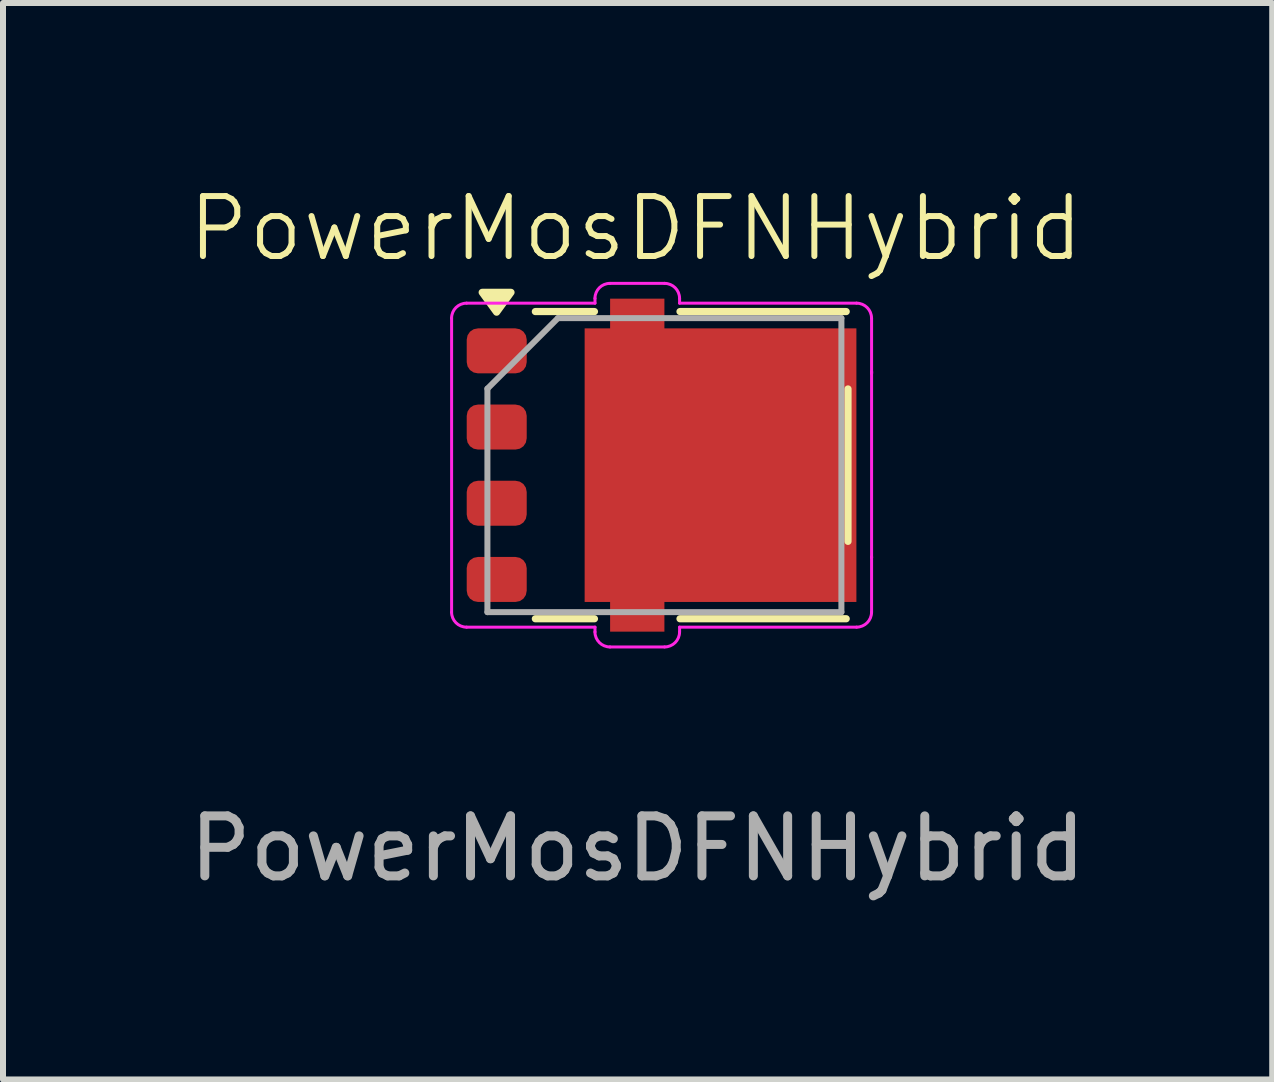
<source format=kicad_pcb>
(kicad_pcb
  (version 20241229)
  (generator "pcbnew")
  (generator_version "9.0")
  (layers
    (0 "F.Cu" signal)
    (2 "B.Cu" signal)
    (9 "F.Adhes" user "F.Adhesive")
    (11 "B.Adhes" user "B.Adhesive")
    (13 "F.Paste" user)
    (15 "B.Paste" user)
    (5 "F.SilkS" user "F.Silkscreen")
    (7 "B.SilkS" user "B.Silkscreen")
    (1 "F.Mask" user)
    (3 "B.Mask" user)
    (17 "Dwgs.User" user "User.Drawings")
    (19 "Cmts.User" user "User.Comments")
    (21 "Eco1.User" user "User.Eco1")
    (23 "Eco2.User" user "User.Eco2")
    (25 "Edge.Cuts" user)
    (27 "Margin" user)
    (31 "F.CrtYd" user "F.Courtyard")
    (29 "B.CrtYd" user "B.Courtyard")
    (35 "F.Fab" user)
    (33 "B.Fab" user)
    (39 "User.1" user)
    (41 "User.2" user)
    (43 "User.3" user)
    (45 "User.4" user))
  (footprint "PowerMosDFNHybrid"
    (layer "F.Cu")
    (at 7.547 4.21)
    (property "Reference" "PowerMosDFNHybrid" (at 0 -3.45 0) (unlocked yes) (layer "F.SilkS") (effects (font (size 1 1) (thickness 0.1))))
    (attr smd)
    (fp_line (start -0.689 -2.067) (end -1.674 -2.067) (stroke (width 0.12) (type solid)) (layer "F.SilkS"))
    (fp_line (start -0.689 3.053) (end -1.674 3.053) (stroke (width 0.12) (type solid)) (layer "F.SilkS"))
    (fp_line (start 3.507 -2.067) (end 0.737 -2.067) (stroke (width 0.12) (type solid)) (layer "F.SilkS"))
    (fp_line (start 3.507 3.053) (end 0.737 3.053) (stroke (width 0.12) (type solid)) (layer "F.SilkS"))
    (fp_line (start 3.537 -0.777) (end 3.537 1.763) (stroke (width 0.12) (type solid)) (layer "F.SilkS"))
    (fp_poly (pts (xy -2.32 -2.057) (xy -2.08 -2.387) (xy -2.56 -2.387) (xy -2.32 -2.057)) (stroke (width 0.12) (type solid)) (fill yes) (layer "F.SilkS"))
    (fp_line (start -3.07 2.943) (end -3.07 -1.957) (stroke (width 0.05) (type solid)) (layer "F.CrtYd"))
    (fp_line (start -2.82 -2.207) (end -0.68 -2.207) (stroke (width 0.05) (type solid)) (layer "F.CrtYd"))
    (fp_line (start -2.82 3.193) (end -0.68 3.193) (stroke (width 0.05) (type solid)) (layer "F.CrtYd"))
    (fp_line (start -0.68 -2.287) (end -0.68 -2.207) (stroke (width 0.05) (type solid)) (layer "F.CrtYd"))
    (fp_line (start -0.68 3.193) (end -0.68 3.273) (stroke (width 0.05) (type solid)) (layer "F.CrtYd"))
    (fp_line (start -0.43 -2.537) (end 0.48 -2.537) (stroke (width 0.05) (type solid)) (layer "F.CrtYd"))
    (fp_line (start -0.43 3.523) (end 0.48 3.523) (stroke (width 0.05) (type solid)) (layer "F.CrtYd"))
    (fp_line (start 0.73 -2.207) (end 0.73 -2.287) (stroke (width 0.05) (type solid)) (layer "F.CrtYd"))
    (fp_line (start 0.73 -2.207) (end 3.68 -2.207) (stroke (width 0.05) (type solid)) (layer "F.CrtYd"))
    (fp_line (start 0.73 3.193) (end 3.68 3.193) (stroke (width 0.05) (type solid)) (layer "F.CrtYd"))
    (fp_line (start 0.73 3.273) (end 0.73 3.193) (stroke (width 0.05) (type solid)) (layer "F.CrtYd"))
    (fp_line (start 3.93 -1.067) (end 3.93 -1.037) (stroke (width 0.05) (type default)) (layer "F.CrtYd"))
    (fp_line (start 3.93 -1.037) (end 3.93 -1.957) (stroke (width 0.05) (type solid)) (layer "F.CrtYd"))
    (fp_line (start 3.93 2.023) (end 3.93 2.032) (stroke (width 0.05) (type default)) (layer "F.CrtYd"))
    (fp_line (start 3.93 2.032) (end 3.93 -1.067) (stroke (width 0.05) (type solid)) (layer "F.CrtYd"))
    (fp_line (start 3.93 2.943) (end 3.93 2.023) (stroke (width 0.05) (type solid)) (layer "F.CrtYd"))
    (fp_arc (start -3.070423 -1.956824) (mid -2.9972 -2.1336) (end -2.820424 -2.206823) (stroke (width 0.05) (type solid)) (layer "F.CrtYd"))
    (fp_arc (start -2.820424 3.193177) (mid -2.9972 3.119954) (end -3.070423 2.943178) (stroke (width 0.05) (type solid)) (layer "F.CrtYd"))
    (fp_arc (start -0.680423 -2.286821) (mid -0.607199 -2.463599) (end -0.430421 -2.536823) (stroke (width 0.05) (type solid)) (layer "F.CrtYd"))
    (fp_arc (start -0.430368 3.523177) (mid -0.607177 3.449944) (end -0.680423 3.273122) (stroke (width 0.05) (type solid)) (layer "F.CrtYd"))
    (fp_arc (start 0.47963 -2.536823) (mid 0.656377 -2.463609) (end 0.729577 -2.286823) (stroke (width 0.05) (type solid)) (layer "F.CrtYd"))
    (fp_arc (start 0.729577 3.27318) (mid 0.656355 3.449955) (end 0.47958 3.523177) (stroke (width 0.05) (type solid)) (layer "F.CrtYd"))
    (fp_arc (start 3.6796 -2.206823) (mid 3.856377 -2.133609) (end 3.929577 -1.956823) (stroke (width 0.05) (type solid)) (layer "F.CrtYd"))
    (fp_arc (start 3.929577 2.9432) (mid 3.85636 3.11996) (end 3.6796 3.193177) (stroke (width 0.05) (type solid)) (layer "F.CrtYd"))
    (fp_line (start -2.473 -0.782) (end -2.473 2.943) (stroke (width 0.1) (type solid)) (layer "F.Fab"))
    (fp_line (start -1.298 -1.957) (end -2.473 -0.782) (stroke (width 0.1) (type solid)) (layer "F.Fab"))
    (fp_line (start 3.427 -1.957) (end -1.298 -1.957) (stroke (width 0.1) (type solid)) (layer "F.Fab"))
    (fp_line (start 3.427 -1.957) (end 3.427 2.943) (stroke (width 0.1) (type solid)) (layer "F.Fab"))
    (fp_line (start 3.427 2.943) (end -2.473 2.943) (stroke (width 0.1) (type solid)) (layer "F.Fab"))
    (fp_text user "${REFERENCE}" (at 0.031 6.884 0) (unlocked yes) (layer "F.Fab") (effects (font (size 1 1) (thickness 0.15))))
    (pad "1" smd roundrect (at -2.318 -1.412) (size 1 0.75) (layers "F.Cu" "F.Mask" "F.Paste") (roundrect_rratio 0.25))
    (pad "2" smd roundrect (at -2.318 -0.142) (size 1 0.75) (layers "F.Cu" "F.Mask" "F.Paste") (roundrect_rratio 0.25))
    (pad "3" smd roundrect (at -2.318 1.128) (size 1 0.75) (layers "F.Cu" "F.Mask" "F.Paste") (roundrect_rratio 0.25))
    (pad "4" smd roundrect (at -2.318 2.398) (size 1 0.75) (layers "F.Cu" "F.Mask" "F.Paste") (roundrect_rratio 0.25))
    (pad "5" smd custom (at 1.175 0.493) (size 4.055 4.56) (layers "F.Cu" "F.Mask" "F.Paste") (options (anchor rect)) (primitives (gr_poly (pts (xy -0.698 -2.28) (xy 2.502 -2.28) (xy 2.502 -1.53) (xy 2.502 1.53) (xy 2.502 2.28) (xy -0.698 2.28) (xy -0.698 2.775) (xy -1.603 2.775) (xy -1.603 -2.775) (xy -0.698 -2.775)) (width 0) (fill yes)))))
  (gr_rect
    (start -3 -3)
    (end 18.155 14.942)
    (stroke (width 0.1) (type default))
    (fill no)
    (layer "Edge.Cuts")))
</source>
